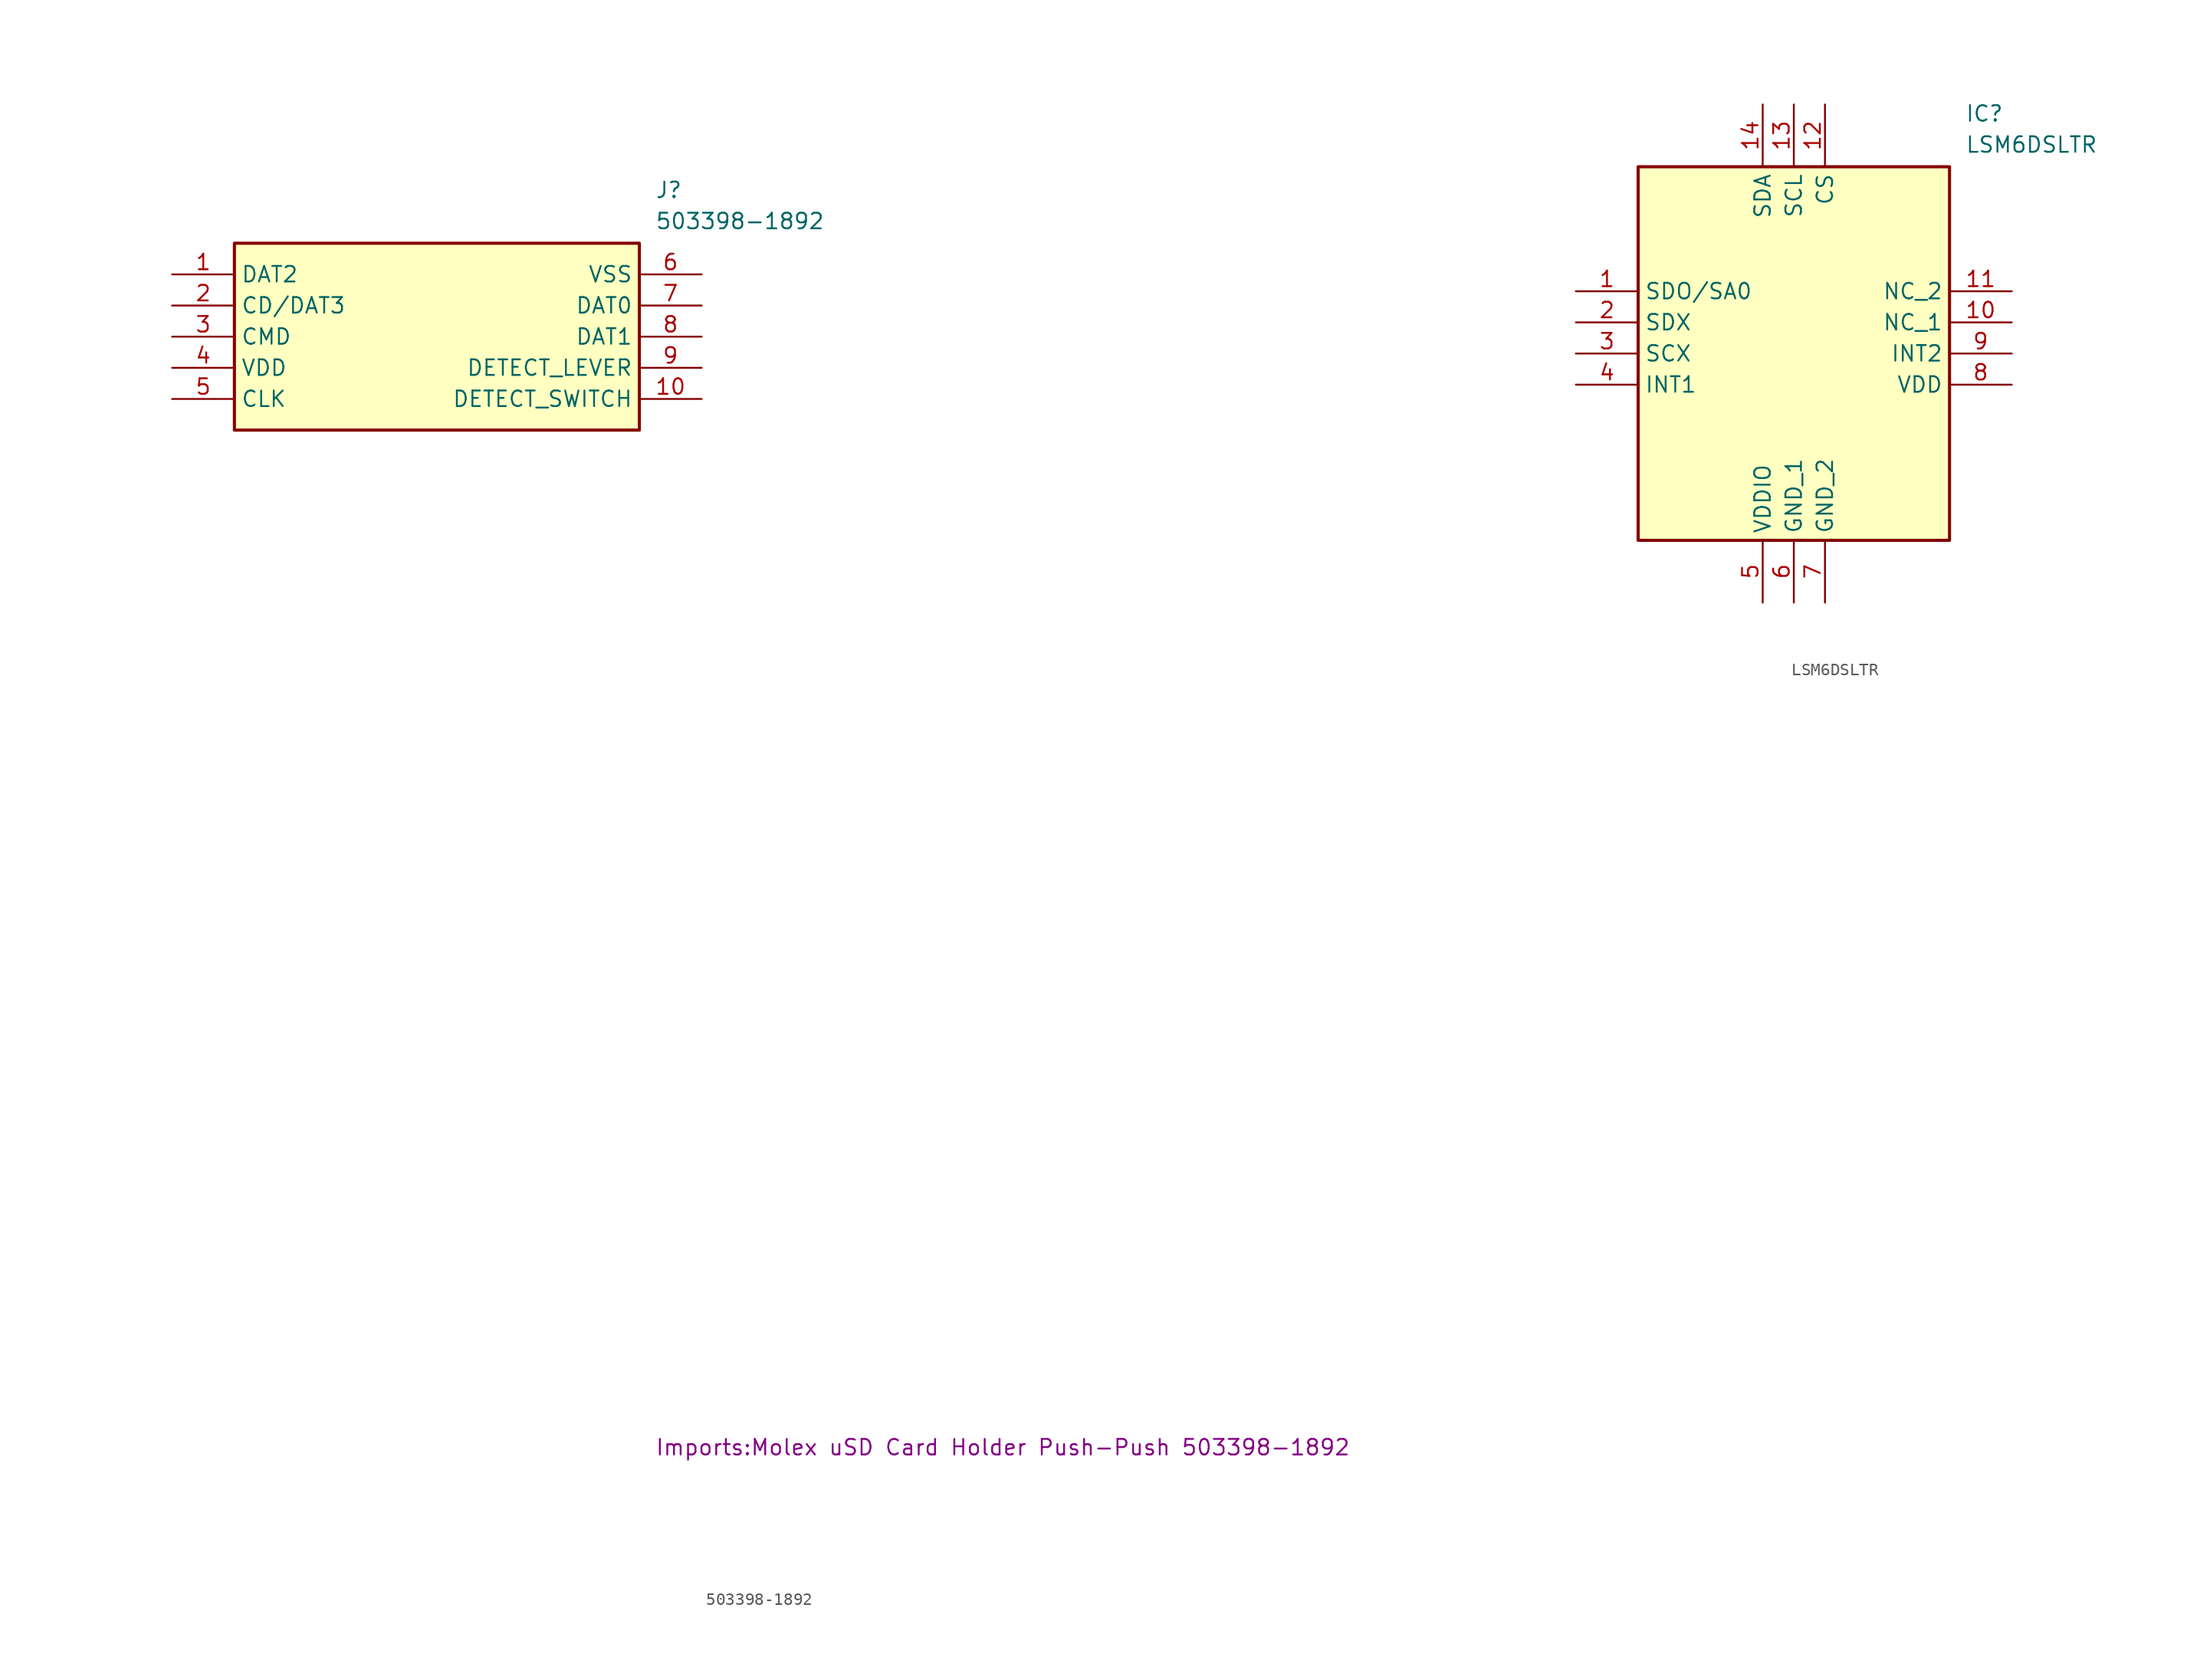
<source format=kicad_sym>
(kicad_symbol_lib
  (version 20220914)
  (generator kicad_symbol_editor)
  (symbol "503398-1892"
    (property "Reference" "J"
      (at 39.37 7.62 0)
      (effects (font (size 1.27 1.27)) (justify left top)))
    (property "Value" "503398-1892"
      (at 39.37 5.08 0)
      (effects (font (size 1.27 1.27)) (justify left top)))
    (property "Footprint" "Imports:Molex uSD Card Holder Push-Push 503398-1892"
      (at 39.37 -94.92 0)
      (effects (font (size 1.27 1.27)) (justify left top)))
    (symbol "503398-1892_1_1"
      (rectangle (start 5.08 2.54) (end 38.1 -12.7) (stroke (width 0.254) (type default)) (fill (type background)))
      (pin passive line (at 0 0 0) (length 5.08) (name "DAT2" (effects (font (size 1.27 1.27)))) (number "1" (effects (font (size 1.27 1.27)))))
      (pin passive line (at 43.18 -10.16 180) (length 5.08) (name "DETECT_SWITCH" (effects (font (size 1.27 1.27)))) (number "10" (effects (font (size 1.27 1.27)))))
      (pin passive line (at 0 -2.54 0) (length 5.08) (name "CD/DAT3" (effects (font (size 1.27 1.27)))) (number "2" (effects (font (size 1.27 1.27)))))
      (pin passive line (at 0 -5.08 0) (length 5.08) (name "CMD" (effects (font (size 1.27 1.27)))) (number "3" (effects (font (size 1.27 1.27)))))
      (pin passive line (at 0 -7.62 0) (length 5.08) (name "VDD" (effects (font (size 1.27 1.27)))) (number "4" (effects (font (size 1.27 1.27)))))
      (pin passive line (at 0 -10.16 0) (length 5.08) (name "CLK" (effects (font (size 1.27 1.27)))) (number "5" (effects (font (size 1.27 1.27)))))
      (pin passive line (at 43.18 0 180) (length 5.08) (name "VSS" (effects (font (size 1.27 1.27)))) (number "6" (effects (font (size 1.27 1.27)))))
      (pin passive line (at 43.18 -2.54 180) (length 5.08) (name "DAT0" (effects (font (size 1.27 1.27)))) (number "7" (effects (font (size 1.27 1.27)))))
      (pin passive line (at 43.18 -5.08 180) (length 5.08) (name "DAT1" (effects (font (size 1.27 1.27)))) (number "8" (effects (font (size 1.27 1.27)))))
      (pin passive line (at 43.18 -7.62 180) (length 5.08) (name "DETECT_LEVER" (effects (font (size 1.27 1.27)))) (number "9" (effects (font (size 1.27 1.27)))))))
  (symbol "LSM6DSLTR"
    (property "Reference" "IC"
      (at 31.75 15.24 0)
      (effects (font (size 1.27 1.27)) (justify left top)))
    (property "Value" "LSM6DSLTR"
      (at 31.75 12.7 0)
      (effects (font (size 1.27 1.27)) (justify left top)))
    (symbol "LSM6DSLTR_1_1"
      (rectangle (start 5.08 10.16) (end 30.48 -20.32) (stroke (width 0.254) (type default)) (fill (type background)))
      (pin passive line (at 0 0 0) (length 5.08) (name "SDO/SA0" (effects (font (size 1.27 1.27)))) (number "1" (effects (font (size 1.27 1.27)))))
      (pin passive line (at 35.56 -2.54 180) (length 5.08) (name "NC_1" (effects (font (size 1.27 1.27)))) (number "10" (effects (font (size 1.27 1.27)))))
      (pin passive line (at 35.56 0 180) (length 5.08) (name "NC_2" (effects (font (size 1.27 1.27)))) (number "11" (effects (font (size 1.27 1.27)))))
      (pin passive line (at 20.32 15.24 270) (length 5.08) (name "CS" (effects (font (size 1.27 1.27)))) (number "12" (effects (font (size 1.27 1.27)))))
      (pin passive line (at 17.78 15.24 270) (length 5.08) (name "SCL" (effects (font (size 1.27 1.27)))) (number "13" (effects (font (size 1.27 1.27)))))
      (pin passive line (at 15.24 15.24 270) (length 5.08) (name "SDA" (effects (font (size 1.27 1.27)))) (number "14" (effects (font (size 1.27 1.27)))))
      (pin passive line (at 0 -2.54 0) (length 5.08) (name "SDX" (effects (font (size 1.27 1.27)))) (number "2" (effects (font (size 1.27 1.27)))))
      (pin passive line (at 0 -5.08 0) (length 5.08) (name "SCX" (effects (font (size 1.27 1.27)))) (number "3" (effects (font (size 1.27 1.27)))))
      (pin passive line (at 0 -7.62 0) (length 5.08) (name "INT1" (effects (font (size 1.27 1.27)))) (number "4" (effects (font (size 1.27 1.27)))))
      (pin passive line (at 15.24 -25.4 90) (length 5.08) (name "VDDIO" (effects (font (size 1.27 1.27)))) (number "5" (effects (font (size 1.27 1.27)))))
      (pin passive line (at 17.78 -25.4 90) (length 5.08) (name "GND_1" (effects (font (size 1.27 1.27)))) (number "6" (effects (font (size 1.27 1.27)))))
      (pin passive line (at 20.32 -25.4 90) (length 5.08) (name "GND_2" (effects (font (size 1.27 1.27)))) (number "7" (effects (font (size 1.27 1.27)))))
      (pin passive line (at 35.56 -7.62 180) (length 5.08) (name "VDD" (effects (font (size 1.27 1.27)))) (number "8" (effects (font (size 1.27 1.27)))))
      (pin passive line (at 35.56 -5.08 180) (length 5.08) (name "INT2" (effects (font (size 1.27 1.27)))) (number "9" (effects (font (size 1.27 1.27))))))))
</source>
